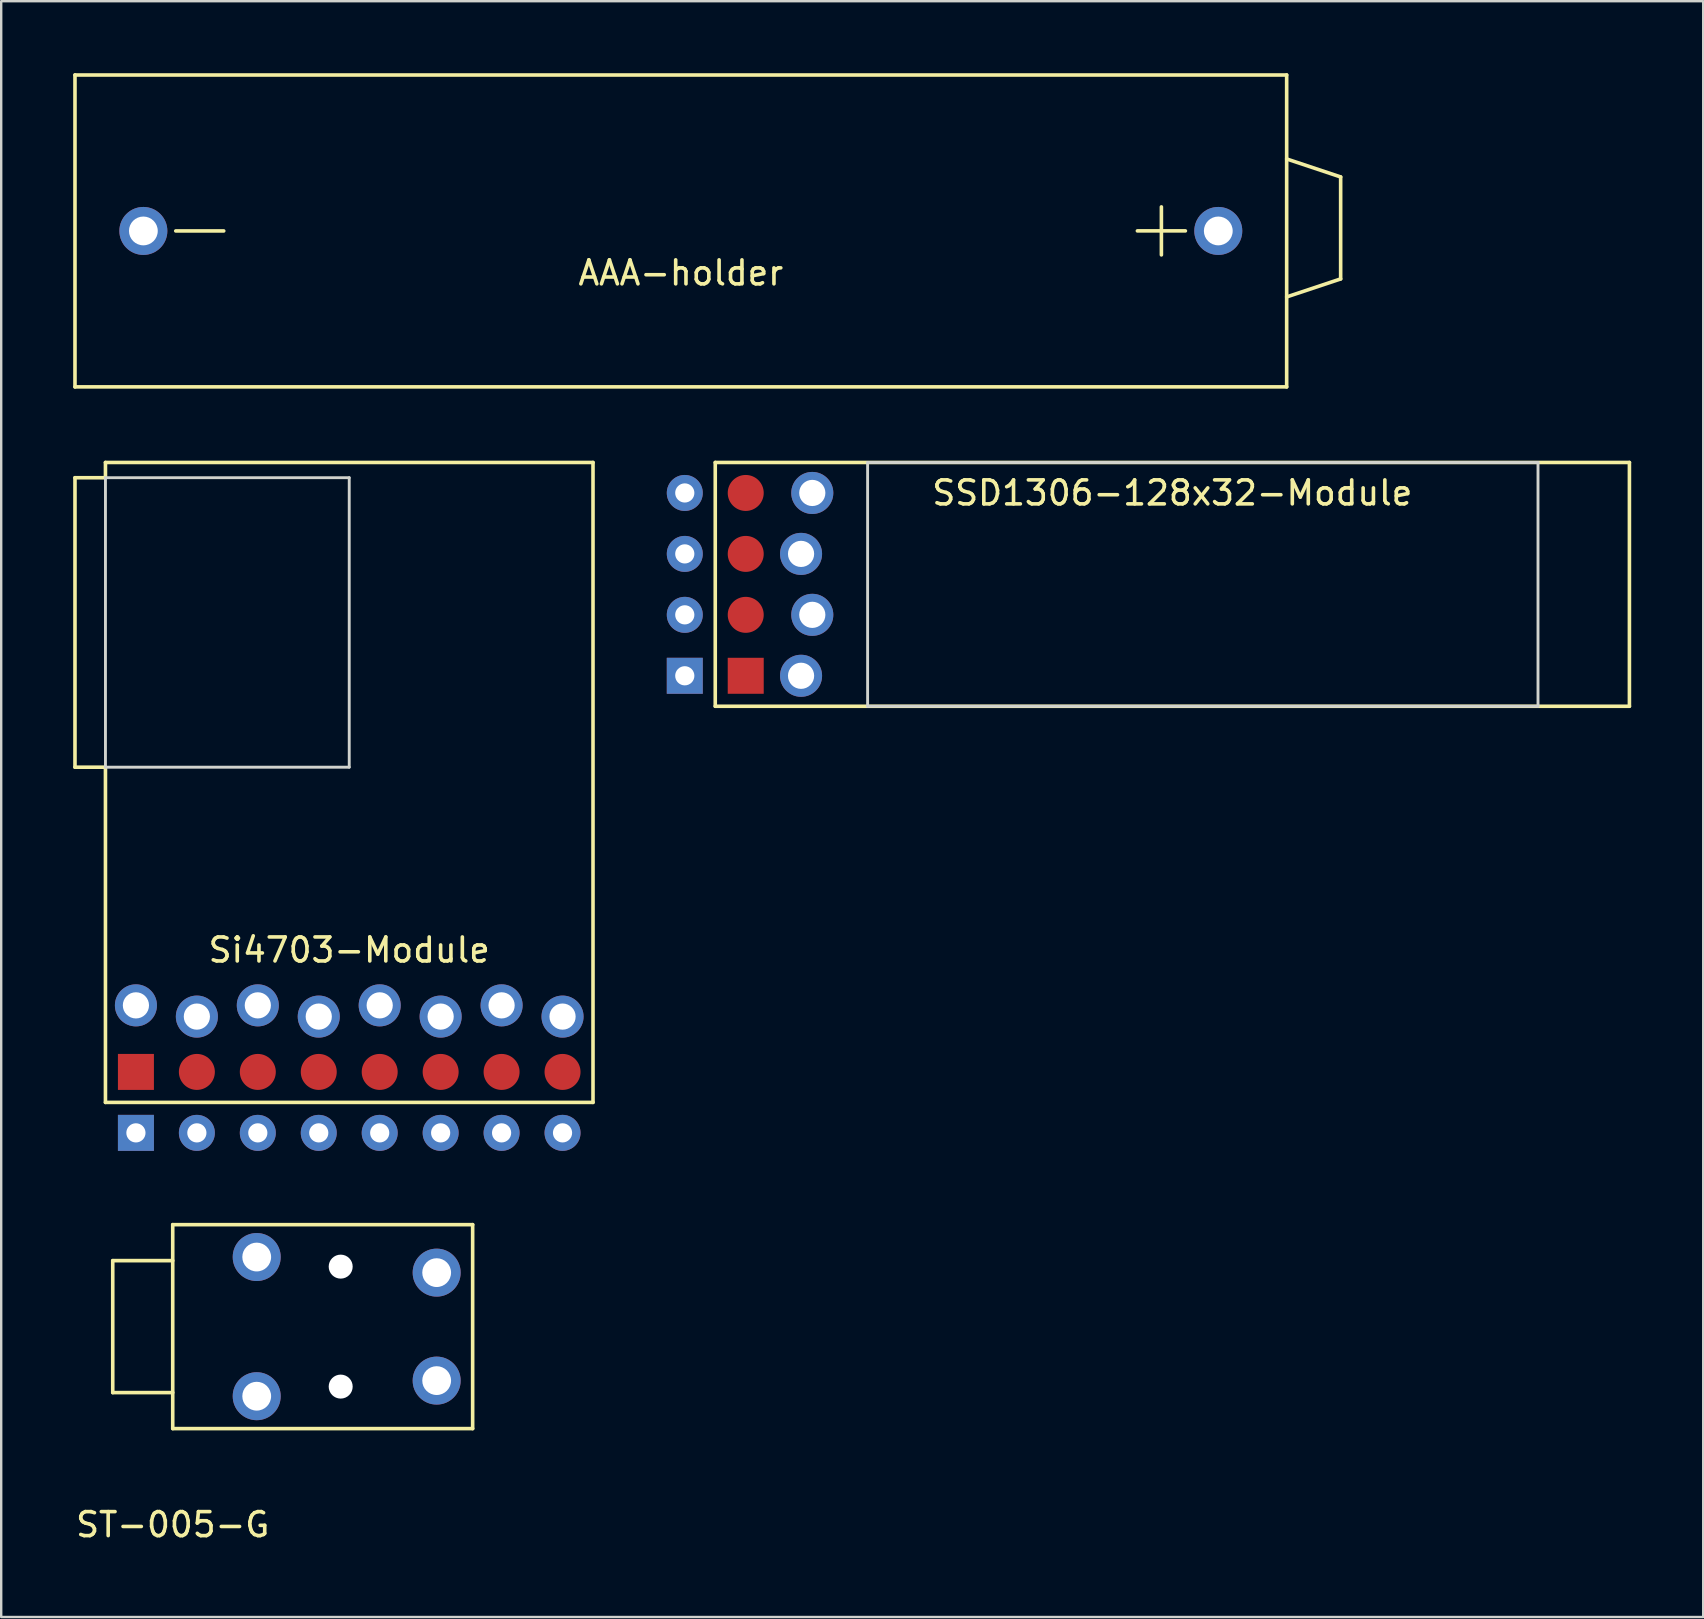
<source format=kicad_pcb>
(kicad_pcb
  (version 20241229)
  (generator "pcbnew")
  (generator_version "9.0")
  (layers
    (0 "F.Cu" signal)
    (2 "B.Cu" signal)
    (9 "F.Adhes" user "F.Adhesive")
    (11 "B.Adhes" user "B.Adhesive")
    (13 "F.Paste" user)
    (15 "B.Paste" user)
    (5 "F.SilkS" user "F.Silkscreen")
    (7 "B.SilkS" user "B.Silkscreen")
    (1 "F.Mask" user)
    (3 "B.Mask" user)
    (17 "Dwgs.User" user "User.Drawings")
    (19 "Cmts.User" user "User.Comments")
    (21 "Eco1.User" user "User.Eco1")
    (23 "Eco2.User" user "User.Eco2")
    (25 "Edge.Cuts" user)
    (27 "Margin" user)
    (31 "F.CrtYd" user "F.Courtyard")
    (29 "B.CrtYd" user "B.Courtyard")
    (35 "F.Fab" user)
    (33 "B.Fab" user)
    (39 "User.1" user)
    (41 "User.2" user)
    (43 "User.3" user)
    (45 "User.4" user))
  (footprint "ST-005-G"
    (layer "F.Cu")
    (at 4.149 52.24)
    (property "Reference" "ST-005-G" (at 0 8.255 0) (layer "F.SilkS") (effects (font (size 1 1) (thickness 0.15))))
    (attr through_hole)
    (fp_line (start -2.5 -2.75) (end -2.5 2.75) (stroke (width 0.15) (type solid)) (layer "F.SilkS"))
    (fp_line (start -2.5 2.75) (end 0 2.75) (stroke (width 0.15) (type solid)) (layer "F.SilkS"))
    (fp_line (start 0 -4.25) (end 0 4.25) (stroke (width 0.15) (type solid)) (layer "F.SilkS"))
    (fp_line (start 0 -2.75) (end -2.5 -2.75) (stroke (width 0.15) (type solid)) (layer "F.SilkS"))
    (fp_line (start 0 4.25) (end 12.5 4.25) (stroke (width 0.15) (type solid)) (layer "F.SilkS"))
    (fp_line (start 12.5 -4.25) (end 0 -4.25) (stroke (width 0.15) (type solid)) (layer "F.SilkS"))
    (fp_line (start 12.5 4.25) (end 12.5 -4.25) (stroke (width 0.15) (type solid)) (layer "F.SilkS"))
    (pad "" np_thru_hole circle (at 7 -2.5 90) (size 1 1) (drill 1) (layers "*.Cu" "*.Mask"))
    (pad "" np_thru_hole circle (at 7 2.5 90) (size 1 1) (drill 1) (layers "*.Cu" "*.Mask"))
    (pad "R" thru_hole circle (at 11 -2.25 90) (size 2 2) (drill 1.2) (layers "*.Cu" "*.Mask"))
    (pad "S" thru_hole circle (at 11 2.25 90) (size 2 2) (drill 1.2) (layers "*.Cu" "*.Mask"))
    (pad "T" thru_hole circle (at 3.5 -2.9 90) (size 2 2) (drill 1.2) (layers "*.Cu" "*.Mask"))
    (pad "T" thru_hole circle (at 3.5 2.9 90) (size 2 2) (drill 1.2) (layers "*.Cu" "*.Mask")))
  (footprint "SSD1306-128x32-Module"
    (layer "F.Cu")
    (at 45.81 21.305)
    (property "Reference" "SSD1306-128x32-Module" (at 0 -3.81 0) (layer "F.SilkS") (effects (font (size 1 1) (thickness 0.15))))
    (attr through_hole)
    (fp_line (start -19.05 -5.08) (end 19.05 -5.08) (stroke (width 0.15) (type solid)) (layer "F.SilkS"))
    (fp_line (start -19.05 5.08) (end -19.05 -5.08) (stroke (width 0.15) (type solid)) (layer "F.SilkS"))
    (fp_line (start 19.05 -5.08) (end 19.05 5.08) (stroke (width 0.15) (type solid)) (layer "F.SilkS"))
    (fp_line (start 19.05 5.08) (end -19.05 5.08) (stroke (width 0.15) (type solid)) (layer "F.SilkS"))
    (fp_line (start -12.7 -5.08) (end -12.7 5.08) (stroke (width 0.12) (type solid)) (layer "Edge.Cuts"))
    (fp_line (start -12.7 5.08) (end 15.24 5.08) (stroke (width 0.12) (type solid)) (layer "Edge.Cuts"))
    (fp_line (start 15.24 -5.08) (end -12.7 -5.08) (stroke (width 0.12) (type solid)) (layer "Edge.Cuts"))
    (fp_line (start 15.24 5.08) (end 15.24 -5.08) (stroke (width 0.12) (type solid)) (layer "Edge.Cuts"))
    (pad "1" thru_hole rect (at -20.32 3.81) (size 1.5 1.5) (drill 0.8) (layers "*.Cu" "*.Mask"))
    (pad "1" smd rect (at -17.78 3.81) (size 1.5 1.5) (layers "F.Cu" "F.Mask" "F.Paste"))
    (pad "1" thru_hole circle (at -15.474 3.81) (size 1.753 1.753) (drill 1.092) (layers "*.Cu" "*.Mask"))
    (pad "2" thru_hole circle (at -20.32 1.27) (size 1.5 1.5) (drill 0.8) (layers "*.Cu" "*.Mask"))
    (pad "2" smd circle (at -17.78 1.27) (size 1.5 1.5) (layers "F.Cu" "F.Mask" "F.Paste"))
    (pad "2" thru_hole circle (at -15.006 1.27) (size 1.753 1.753) (drill 1.092) (layers "*.Cu" "*.Mask"))
    (pad "3" thru_hole circle (at -20.32 -1.27) (size 1.5 1.5) (drill 0.8) (layers "*.Cu" "*.Mask"))
    (pad "3" smd circle (at -17.78 -1.27) (size 1.5 1.5) (layers "F.Cu" "F.Mask" "F.Paste"))
    (pad "3" thru_hole circle (at -15.474 -1.27) (size 1.753 1.753) (drill 1.092) (layers "*.Cu" "*.Mask"))
    (pad "4" thru_hole circle (at -20.32 -3.81) (size 1.5 1.5) (drill 0.8) (layers "*.Cu" "*.Mask"))
    (pad "4" smd circle (at -17.78 -3.81) (size 1.5 1.5) (layers "F.Cu" "F.Mask" "F.Paste"))
    (pad "4" thru_hole circle (at -15.006 -3.81) (size 1.753 1.753) (drill 1.092) (layers "*.Cu" "*.Mask")))
  (footprint "AAA-holder"
    (layer "F.Cu")
    (at 25.325 6.575)
    (property "Reference" "AAA-holder" (at 0 1.75 0) (layer "F.SilkS") (effects (font (size 1 1) (thickness 0.15))))
    (attr through_hole)
    (fp_line (start -25.25 -6.5) (end -25.25 6.5) (stroke (width 0.15) (type solid)) (layer "F.SilkS"))
    (fp_line (start -25.25 -6.5) (end 25.25 -6.5) (stroke (width 0.15) (type solid)) (layer "F.SilkS"))
    (fp_line (start -25.25 6.5) (end 25.25 6.5) (stroke (width 0.15) (type solid)) (layer "F.SilkS"))
    (fp_line (start -21.05 0) (end -19.05 0) (stroke (width 0.15) (type solid)) (layer "F.SilkS"))
    (fp_line (start 19.029 -0.002) (end 21.029 -0.002) (stroke (width 0.15) (type solid)) (layer "F.SilkS"))
    (fp_line (start 20.029 -1.002) (end 20.029 0.998) (stroke (width 0.15) (type solid)) (layer "F.SilkS"))
    (fp_line (start 25.25 -6.5) (end 25.25 6.5) (stroke (width 0.15) (type solid)) (layer "F.SilkS"))
    (fp_line (start 25.25 -3) (end 27.5 -2.25) (stroke (width 0.15) (type solid)) (layer "F.SilkS"))
    (fp_line (start 27.5 -2.25) (end 27.5 2) (stroke (width 0.15) (type solid)) (layer "F.SilkS"))
    (fp_line (start 27.5 2) (end 25.25 2.75) (stroke (width 0.15) (type solid)) (layer "F.SilkS"))
    (pad "1" thru_hole circle (at 22.4 0 90) (size 2 2) (drill 1.2) (layers "*.Cu" "*.Mask"))
    (pad "2" thru_hole circle (at -22.4 0 90) (size 2 2) (drill 1.2) (layers "*.Cu" "*.Mask")))
  (footprint "Si4703-Module"
    (layer "F.Cu")
    (at 11.505 31.465)
    (property "Reference" "Si4703-Module" (at 0 5.08 0) (layer "F.SilkS") (effects (font (size 1 1) (thickness 0.15))))
    (attr through_hole)
    (fp_line (start -11.43 -14.605) (end -10.16 -14.605) (stroke (width 0.15) (type solid)) (layer "F.SilkS"))
    (fp_line (start -11.43 -2.54) (end -11.43 -14.605) (stroke (width 0.15) (type solid)) (layer "F.SilkS"))
    (fp_line (start -10.16 -14.605) (end -10.16 -15.24) (stroke (width 0.15) (type solid)) (layer "F.SilkS"))
    (fp_line (start -10.16 -2.54) (end -11.43 -2.54) (stroke (width 0.15) (type solid)) (layer "F.SilkS"))
    (fp_line (start -10.16 -2.54) (end -10.16 11.43) (stroke (width 0.15) (type solid)) (layer "F.SilkS"))
    (fp_line (start -10.16 11.43) (end 10.16 11.43) (stroke (width 0.15) (type solid)) (layer "F.SilkS"))
    (fp_line (start 10.16 -15.24) (end -10.16 -15.24) (stroke (width 0.15) (type solid)) (layer "F.SilkS"))
    (fp_line (start 10.16 11.43) (end 10.16 -15.24) (stroke (width 0.15) (type solid)) (layer "F.SilkS"))
    (fp_line (start -10.16 -14.605) (end -10.16 -2.54) (stroke (width 0.12) (type solid)) (layer "Edge.Cuts"))
    (fp_line (start -10.16 -2.54) (end 0 -2.54) (stroke (width 0.12) (type solid)) (layer "Edge.Cuts"))
    (fp_line (start 0 -14.605) (end -10.16 -14.605) (stroke (width 0.12) (type solid)) (layer "Edge.Cuts"))
    (fp_line (start 0 -2.54) (end 0 -14.605) (stroke (width 0.12) (type solid)) (layer "Edge.Cuts"))
    (pad "1" thru_hole circle (at 8.89 7.854 90) (size 1.753 1.753) (drill 1.092) (layers "*.Cu" "*.Mask"))
    (pad "1" smd circle (at 8.89 10.16 90) (size 1.5 1.5) (layers "F.Cu" "F.Mask" "F.Paste"))
    (pad "1" thru_hole circle (at 8.89 12.7 90) (size 1.5 1.5) (drill 0.8) (layers "*.Cu" "*.Mask"))
    (pad "2" thru_hole circle (at 6.35 7.386 90) (size 1.753 1.753) (drill 1.092) (layers "*.Cu" "*.Mask"))
    (pad "2" smd circle (at 6.35 10.16 90) (size 1.5 1.5) (layers "F.Cu" "F.Mask" "F.Paste"))
    (pad "2" thru_hole circle (at 6.35 12.7 90) (size 1.5 1.5) (drill 0.8) (layers "*.Cu" "*.Mask"))
    (pad "3" thru_hole circle (at 3.81 7.854 90) (size 1.753 1.753) (drill 1.092) (layers "*.Cu" "*.Mask"))
    (pad "3" smd circle (at 3.81 10.16 90) (size 1.5 1.5) (layers "F.Cu" "F.Mask" "F.Paste"))
    (pad "3" thru_hole circle (at 3.81 12.7 90) (size 1.5 1.5) (drill 0.8) (layers "*.Cu" "*.Mask"))
    (pad "4" thru_hole circle (at 1.27 7.386 90) (size 1.753 1.753) (drill 1.092) (layers "*.Cu" "*.Mask"))
    (pad "4" smd circle (at 1.27 10.16 90) (size 1.5 1.5) (layers "F.Cu" "F.Mask" "F.Paste"))
    (pad "4" thru_hole circle (at 1.27 12.7 90) (size 1.5 1.5) (drill 0.8) (layers "*.Cu" "*.Mask"))
    (pad "5" thru_hole circle (at -1.27 7.854 90) (size 1.753 1.753) (drill 1.092) (layers "*.Cu" "*.Mask"))
    (pad "5" smd circle (at -1.27 10.16 90) (size 1.5 1.5) (layers "F.Cu" "F.Mask" "F.Paste"))
    (pad "5" thru_hole circle (at -1.27 12.7 90) (size 1.5 1.5) (drill 0.8) (layers "*.Cu" "*.Mask"))
    (pad "6" thru_hole circle (at -3.81 7.386 90) (size 1.753 1.753) (drill 1.092) (layers "*.Cu" "*.Mask"))
    (pad "6" smd circle (at -3.81 10.16 90) (size 1.5 1.5) (layers "F.Cu" "F.Mask" "F.Paste"))
    (pad "6" thru_hole circle (at -3.81 12.7 90) (size 1.5 1.5) (drill 0.8) (layers "*.Cu" "*.Mask"))
    (pad "7" thru_hole circle (at -6.35 7.854 90) (size 1.753 1.753) (drill 1.092) (layers "*.Cu" "*.Mask"))
    (pad "7" smd circle (at -6.35 10.16 90) (size 1.5 1.5) (layers "F.Cu" "F.Mask" "F.Paste"))
    (pad "7" thru_hole circle (at -6.35 12.7 90) (size 1.5 1.5) (drill 0.8) (layers "*.Cu" "*.Mask"))
    (pad "8" thru_hole circle (at -8.89 7.386 90) (size 1.753 1.753) (drill 1.092) (layers "*.Cu" "*.Mask"))
    (pad "8" smd rect (at -8.89 10.16 90) (size 1.5 1.5) (layers "F.Cu" "F.Mask" "F.Paste"))
    (pad "8" thru_hole rect (at -8.89 12.7 90) (size 1.5 1.5) (drill 0.8) (layers "*.Cu" "*.Mask")))
  (gr_rect
    (start -3 -3)
    (end 67.935 64.343)
    (stroke (width 0.1) (type default))
    (fill no)
    (layer "Edge.Cuts")))
</source>
